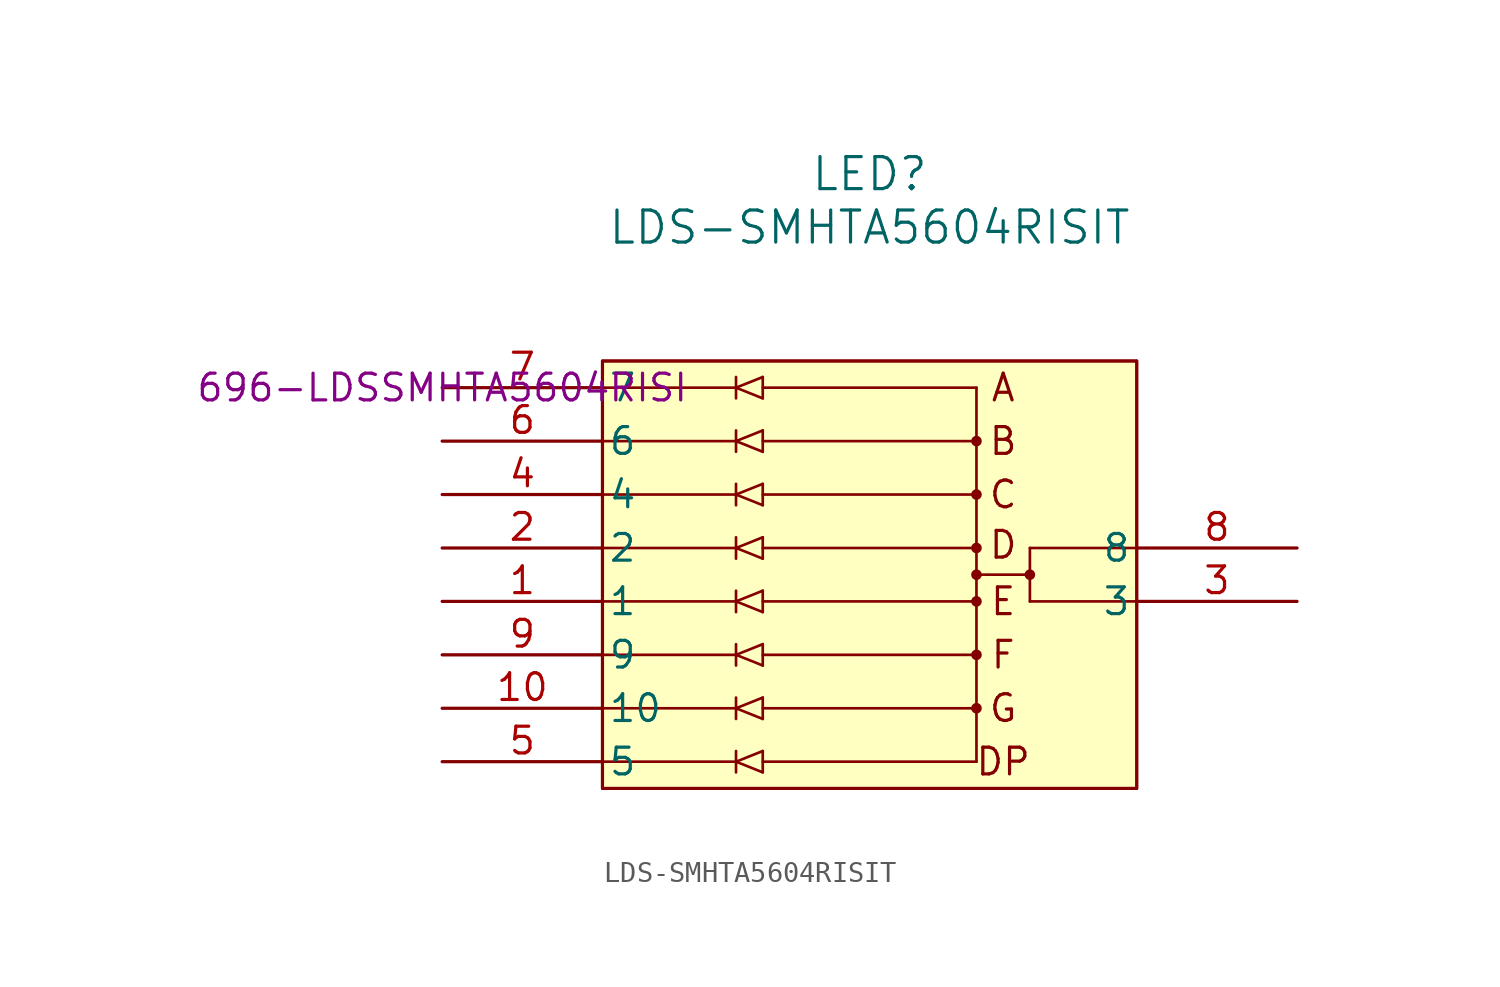
<source format=kicad_sym>
(kicad_symbol_lib
  (version 20220914)
  (generator kicad_symbol_editor)
  (symbol "LDS-SMHTA5604RISIT"
    (pin_names
      (offset 0.254))
    (property "Reference" "LED"
      (at 20.32 10.16 0)
      (effects (font (size 1.524 1.524))))
    (property "Value" "LDS-SMHTA5604RISIT"
      (at 20.32 7.62 0)
      (effects (font (size 1.524 1.524))))
    (property "Mouser" "696-LDSSMHTA5604RISI"
      (at 0 0 0)
      (effects (font (size 1.27 1.27))))
    (symbol "LDS-SMHTA5604RISIT_1_1"
      (polyline (pts (xy 7.62 -19.05) (xy 33.02 -19.05)) (stroke (width 0.127) (type default)) (fill (type none)))
      (polyline (pts (xy 7.62 -17.78) (xy 13.97 -17.78)) (stroke (width 0.127) (type default)) (fill (type none)))
      (polyline (pts (xy 7.62 -15.24) (xy 13.97 -15.24)) (stroke (width 0.127) (type default)) (fill (type none)))
      (polyline (pts (xy 7.62 -12.7) (xy 13.97 -12.7)) (stroke (width 0.127) (type default)) (fill (type none)))
      (polyline (pts (xy 7.62 -10.16) (xy 13.97 -10.16)) (stroke (width 0.127) (type default)) (fill (type none)))
      (polyline (pts (xy 7.62 -7.62) (xy 13.97 -7.62)) (stroke (width 0.127) (type default)) (fill (type none)))
      (polyline (pts (xy 7.62 -5.08) (xy 13.97 -5.08)) (stroke (width 0.127) (type default)) (fill (type none)))
      (polyline (pts (xy 7.62 0) (xy 13.97 0)) (stroke (width 0.127) (type default)) (fill (type none)))
      (polyline (pts (xy 7.62 1.27) (xy 7.62 -19.05)) (stroke (width 0.127) (type default)) (fill (type none)))
      (polyline (pts (xy 13.97 -17.78) (xy 15.24 -18.288)) (stroke (width 0.127) (type default)) (fill (type none)))
      (polyline (pts (xy 13.97 -17.78) (xy 15.24 -17.272)) (stroke (width 0.127) (type default)) (fill (type none)))
      (polyline (pts (xy 13.97 -17.272) (xy 13.97 -18.288)) (stroke (width 0.127) (type default)) (fill (type none)))
      (polyline (pts (xy 13.97 -15.24) (xy 15.24 -15.748)) (stroke (width 0.127) (type default)) (fill (type none)))
      (polyline (pts (xy 13.97 -15.24) (xy 15.24 -14.732)) (stroke (width 0.127) (type default)) (fill (type none)))
      (polyline (pts (xy 13.97 -14.732) (xy 13.97 -15.748)) (stroke (width 0.127) (type default)) (fill (type none)))
      (polyline (pts (xy 13.97 -12.7) (xy 15.24 -13.208)) (stroke (width 0.127) (type default)) (fill (type none)))
      (polyline (pts (xy 13.97 -12.7) (xy 15.24 -12.192)) (stroke (width 0.127) (type default)) (fill (type none)))
      (polyline (pts (xy 13.97 -12.192) (xy 13.97 -13.208)) (stroke (width 0.127) (type default)) (fill (type none)))
      (polyline (pts (xy 13.97 -10.16) (xy 15.24 -10.668)) (stroke (width 0.127) (type default)) (fill (type none)))
      (polyline (pts (xy 13.97 -10.16) (xy 15.24 -9.652)) (stroke (width 0.127) (type default)) (fill (type none)))
      (polyline (pts (xy 13.97 -9.652) (xy 13.97 -10.668)) (stroke (width 0.127) (type default)) (fill (type none)))
      (polyline (pts (xy 13.97 -7.62) (xy 15.24 -8.128)) (stroke (width 0.127) (type default)) (fill (type none)))
      (polyline (pts (xy 13.97 -7.62) (xy 15.24 -7.112)) (stroke (width 0.127) (type default)) (fill (type none)))
      (polyline (pts (xy 13.97 -7.112) (xy 13.97 -8.128)) (stroke (width 0.127) (type default)) (fill (type none)))
      (polyline (pts (xy 13.97 -5.08) (xy 15.24 -5.588)) (stroke (width 0.127) (type default)) (fill (type none)))
      (polyline (pts (xy 13.97 -5.08) (xy 15.24 -4.572)) (stroke (width 0.127) (type default)) (fill (type none)))
      (polyline (pts (xy 13.97 -4.572) (xy 13.97 -5.588)) (stroke (width 0.127) (type default)) (fill (type none)))
      (polyline (pts (xy 13.97 -2.54) (xy 7.62 -2.54)) (stroke (width 0.127) (type default)) (fill (type none)))
      (polyline (pts (xy 13.97 -2.54) (xy 15.24 -3.048)) (stroke (width 0.127) (type default)) (fill (type none)))
      (polyline (pts (xy 13.97 -2.54) (xy 15.24 -2.032)) (stroke (width 0.127) (type default)) (fill (type none)))
      (polyline (pts (xy 13.97 -2.032) (xy 13.97 -3.048)) (stroke (width 0.127) (type default)) (fill (type none)))
      (polyline (pts (xy 13.97 0) (xy 15.24 -0.508)) (stroke (width 0.127) (type default)) (fill (type none)))
      (polyline (pts (xy 13.97 0) (xy 15.24 0.508)) (stroke (width 0.127) (type default)) (fill (type none)))
      (polyline (pts (xy 13.97 0.508) (xy 13.97 -0.508)) (stroke (width 0.127) (type default)) (fill (type none)))
      (polyline (pts (xy 15.24 -18.288) (xy 15.24 -17.272)) (stroke (width 0.127) (type default)) (fill (type none)))
      (polyline (pts (xy 15.24 -17.78) (xy 25.4 -17.78)) (stroke (width 0.127) (type default)) (fill (type none)))
      (polyline (pts (xy 15.24 -15.748) (xy 15.24 -14.732)) (stroke (width 0.127) (type default)) (fill (type none)))
      (polyline (pts (xy 15.24 -13.208) (xy 15.24 -12.192)) (stroke (width 0.127) (type default)) (fill (type none)))
      (polyline (pts (xy 15.24 -10.668) (xy 15.24 -9.652)) (stroke (width 0.127) (type default)) (fill (type none)))
      (polyline (pts (xy 15.24 -8.128) (xy 15.24 -7.112)) (stroke (width 0.127) (type default)) (fill (type none)))
      (polyline (pts (xy 15.24 -5.588) (xy 15.24 -4.572)) (stroke (width 0.127) (type default)) (fill (type none)))
      (polyline (pts (xy 15.24 -3.048) (xy 15.24 -2.032)) (stroke (width 0.127) (type default)) (fill (type none)))
      (polyline (pts (xy 15.24 -0.508) (xy 15.24 0.508)) (stroke (width 0.127) (type default)) (fill (type none)))
      (polyline (pts (xy 25.4 -15.24) (xy 15.24 -15.24)) (stroke (width 0.127) (type default)) (fill (type none)))
      (polyline (pts (xy 25.4 -12.7) (xy 15.24 -12.7)) (stroke (width 0.127) (type default)) (fill (type none)))
      (polyline (pts (xy 25.4 -10.16) (xy 15.24 -10.16)) (stroke (width 0.127) (type default)) (fill (type none)))
      (polyline (pts (xy 25.4 -7.62) (xy 15.24 -7.62)) (stroke (width 0.127) (type default)) (fill (type none)))
      (polyline (pts (xy 25.4 -5.08) (xy 15.24 -5.08)) (stroke (width 0.127) (type default)) (fill (type none)))
      (polyline (pts (xy 25.4 -2.54) (xy 15.24 -2.54)) (stroke (width 0.127) (type default)) (fill (type none)))
      (polyline (pts (xy 25.4 0) (xy 15.24 0)) (stroke (width 0.127) (type default)) (fill (type none)))
      (polyline (pts (xy 25.4 0) (xy 25.4 -17.78)) (stroke (width 0.127) (type default)) (fill (type none)))
      (polyline (pts (xy 27.94 -10.16) (xy 33.02 -10.16)) (stroke (width 0.127) (type default)) (fill (type none)))
      (polyline (pts (xy 27.94 -8.89) (xy 25.4 -8.89)) (stroke (width 0.127) (type default)) (fill (type none)))
      (polyline (pts (xy 27.94 -7.62) (xy 27.94 -10.16)) (stroke (width 0.127) (type default)) (fill (type none)))
      (polyline (pts (xy 33.02 -19.05) (xy 33.02 1.27)) (stroke (width 0.127) (type default)) (fill (type background)))
      (polyline (pts (xy 33.02 -7.62) (xy 27.94 -7.62)) (stroke (width 0.127) (type default)) (fill (type none)))
      (polyline (pts (xy 33.02 1.27) (xy 7.62 1.27)) (stroke (width 0.127) (type default)) (fill (type none)))
      (rectangle (start 7.62 1.27) (end 33.02 -19.05) (stroke (width 0) (type default)) (fill (type background)))
      (circle (center 25.4 -15.24) (radius 0.127) (stroke (width 0.254) (type default)) (fill (type none)))
      (circle (center 25.4 -12.7) (radius 0.127) (stroke (width 0.254) (type default)) (fill (type none)))
      (circle (center 25.4 -10.16) (radius 0.127) (stroke (width 0.254) (type default)) (fill (type none)))
      (circle (center 25.4 -8.89) (radius 0.127) (stroke (width 0.254) (type default)) (fill (type none)))
      (circle (center 25.4 -7.62) (radius 0.127) (stroke (width 0.254) (type default)) (fill (type none)))
      (circle (center 25.4 -5.08) (radius 0.127) (stroke (width 0.254) (type default)) (fill (type none)))
      (circle (center 25.4 -2.54) (radius 0.127) (stroke (width 0.254) (type default)) (fill (type none)))
      (circle (center 27.94 -8.89) (radius 0.127) (stroke (width 0.254) (type default)) (fill (type none)))
      (text "A" (at 26.67 0 0) (effects (font (size 1.27 1.27))))
      (text "B\n" (at 26.67 -2.54 0) (effects (font (size 1.27 1.27))))
      (text "C\n" (at 26.67 -5.08 0) (effects (font (size 1.27 1.27))))
      (text "D" (at 26.671 -7.474 0) (effects (font (size 1.27 1.27))))
      (text "DP" (at 26.67 -17.78 0) (effects (font (size 1.27 1.27))))
      (text "E" (at 26.67 -10.16 0) (effects (font (size 1.27 1.27))))
      (text "F" (at 26.67 -12.7 0) (effects (font (size 1.27 1.27))))
      (text "G\n" (at 26.67 -15.24 0) (effects (font (size 1.27 1.27))))
      (pin unspecified line (at 0 -10.16 0) (length 7.62) (name "1" (effects (font (size 1.27 1.27)))) (number "1" (effects (font (size 1.27 1.27)))))
      (pin unspecified line (at 0 -15.24 0) (length 7.62) (name "10" (effects (font (size 1.27 1.27)))) (number "10" (effects (font (size 1.27 1.27)))))
      (pin unspecified line (at 0 -7.62 0) (length 7.62) (name "2" (effects (font (size 1.27 1.27)))) (number "2" (effects (font (size 1.27 1.27)))))
      (pin unspecified line (at 40.64 -10.16 180) (length 7.62) (name "3" (effects (font (size 1.27 1.27)))) (number "3" (effects (font (size 1.27 1.27)))))
      (pin unspecified line (at 0 -5.08 0) (length 7.62) (name "4" (effects (font (size 1.27 1.27)))) (number "4" (effects (font (size 1.27 1.27)))))
      (pin unspecified line (at 0 -17.78 0) (length 7.62) (name "5" (effects (font (size 1.27 1.27)))) (number "5" (effects (font (size 1.27 1.27)))))
      (pin unspecified line (at 0 -2.54 0) (length 7.62) (name "6" (effects (font (size 1.27 1.27)))) (number "6" (effects (font (size 1.27 1.27)))))
      (pin unspecified line (at 0 0 0) (length 7.62) (name "7" (effects (font (size 1.27 1.27)))) (number "7" (effects (font (size 1.27 1.27)))))
      (pin unspecified line (at 40.64 -7.62 180) (length 7.62) (name "8" (effects (font (size 1.27 1.27)))) (number "8" (effects (font (size 1.27 1.27)))))
      (pin unspecified line (at 0 -12.7 0) (length 7.62) (name "9" (effects (font (size 1.27 1.27)))) (number "9" (effects (font (size 1.27 1.27))))))))
</source>
